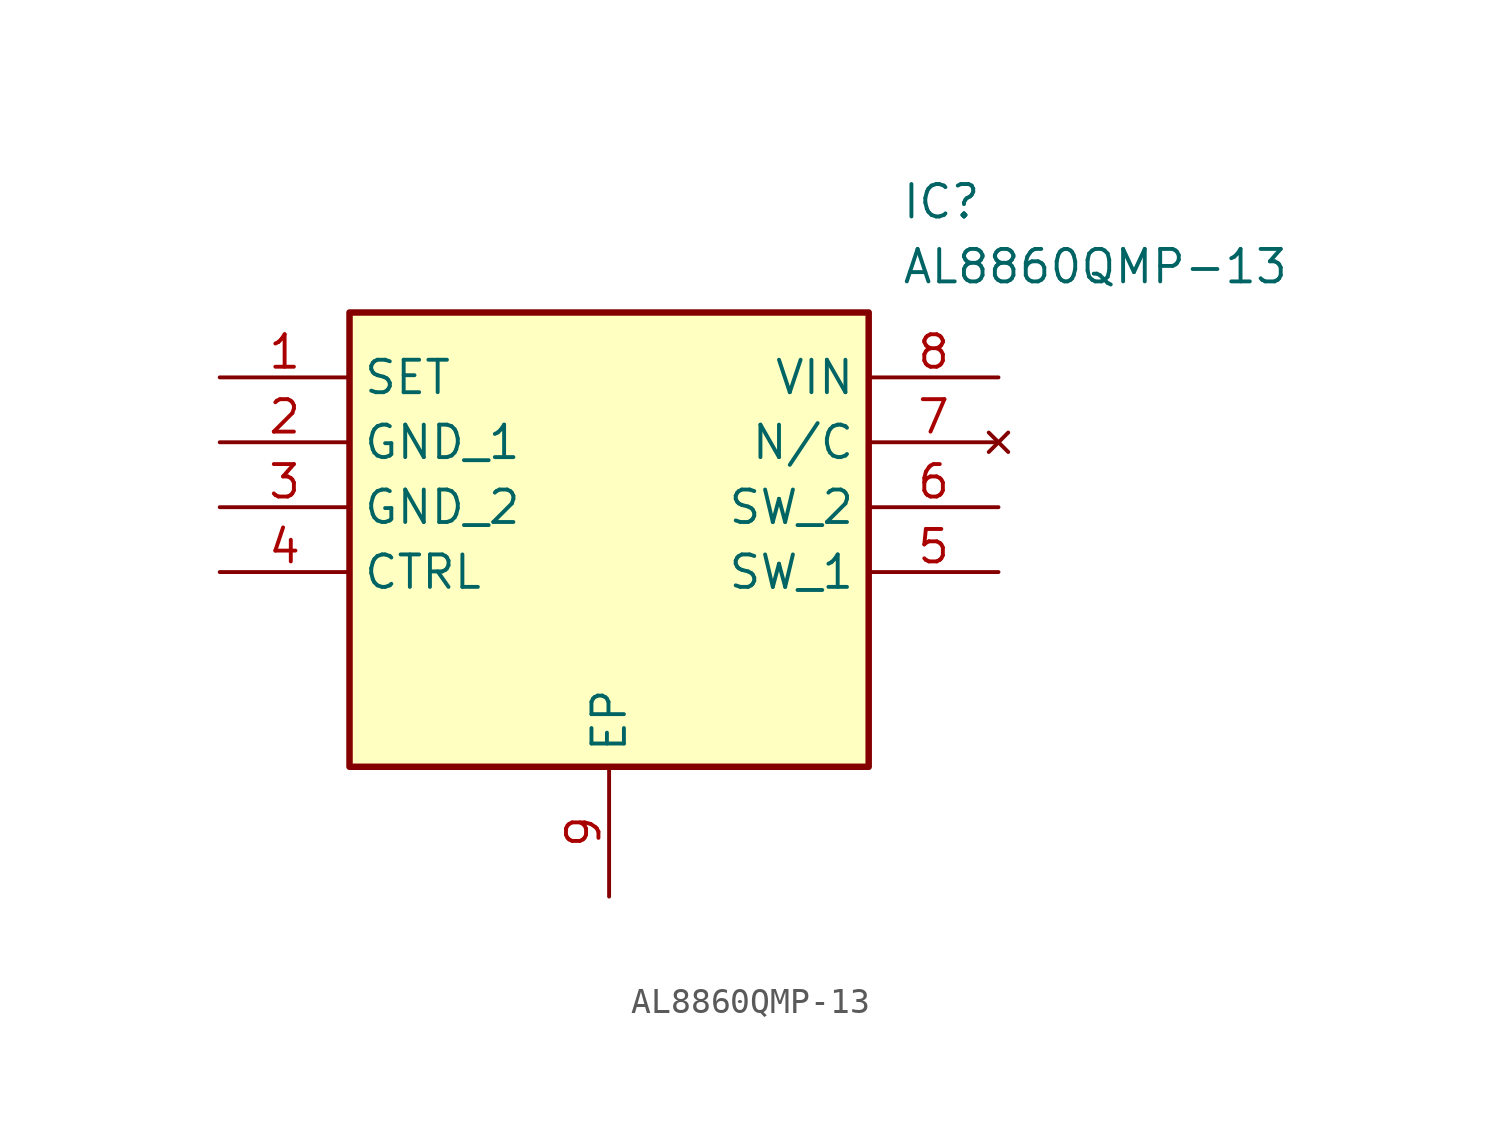
<source format=kicad_sym>
(kicad_symbol_lib
  (version 20211014)
  (generator SamacSys_ECAD_Model)
  (symbol "AL8860QMP-13"
    (property "Reference" "IC"
      (at 26.67 7.62 0)
      (effects (font (size 1.27 1.27)) (justify left top)))
    (property "Value" "AL8860QMP-13"
      (at 26.67 5.08 0)
      (effects (font (size 1.27 1.27)) (justify left top)))
    (rectangle
      (start 5.08 2.54)
      (end 25.4 -15.24)
      (stroke (width 0.254) (type default))
      (fill (type background)))
    (pin passive line
      (at 0 0 0)
      (length 5.08)
      (name "SET" (effects (font (size 1.27 1.27))))
      (number "1" (effects (font (size 1.27 1.27)))))
    (pin passive line
      (at 0 -2.54 0)
      (length 5.08)
      (name "GND_1" (effects (font (size 1.27 1.27))))
      (number "2" (effects (font (size 1.27 1.27)))))
    (pin passive line
      (at 0 -5.08 0)
      (length 5.08)
      (name "GND_2" (effects (font (size 1.27 1.27))))
      (number "3" (effects (font (size 1.27 1.27)))))
    (pin passive line
      (at 0 -7.62 0)
      (length 5.08)
      (name "CTRL" (effects (font (size 1.27 1.27))))
      (number "4" (effects (font (size 1.27 1.27)))))
    (pin passive line
      (at 15.24 -20.32 90)
      (length 5.08)
      (name "EP" (effects (font (size 1.27 1.27))))
      (number "9" (effects (font (size 1.27 1.27)))))
    (pin passive line
      (at 30.48 0 180)
      (length 5.08)
      (name "VIN" (effects (font (size 1.27 1.27))))
      (number "8" (effects (font (size 1.27 1.27)))))
    (pin no_connect line
      (at 30.48 -2.54 180)
      (length 5.08)
      (name "N/C" (effects (font (size 1.27 1.27))))
      (number "7" (effects (font (size 1.27 1.27)))))
    (pin passive line
      (at 30.48 -5.08 180)
      (length 5.08)
      (name "SW_2" (effects (font (size 1.27 1.27))))
      (number "6" (effects (font (size 1.27 1.27)))))
    (pin passive line
      (at 30.48 -7.62 180)
      (length 5.08)
      (name "SW_1" (effects (font (size 1.27 1.27))))
      (number "5" (effects (font (size 1.27 1.27)))))))
</source>
